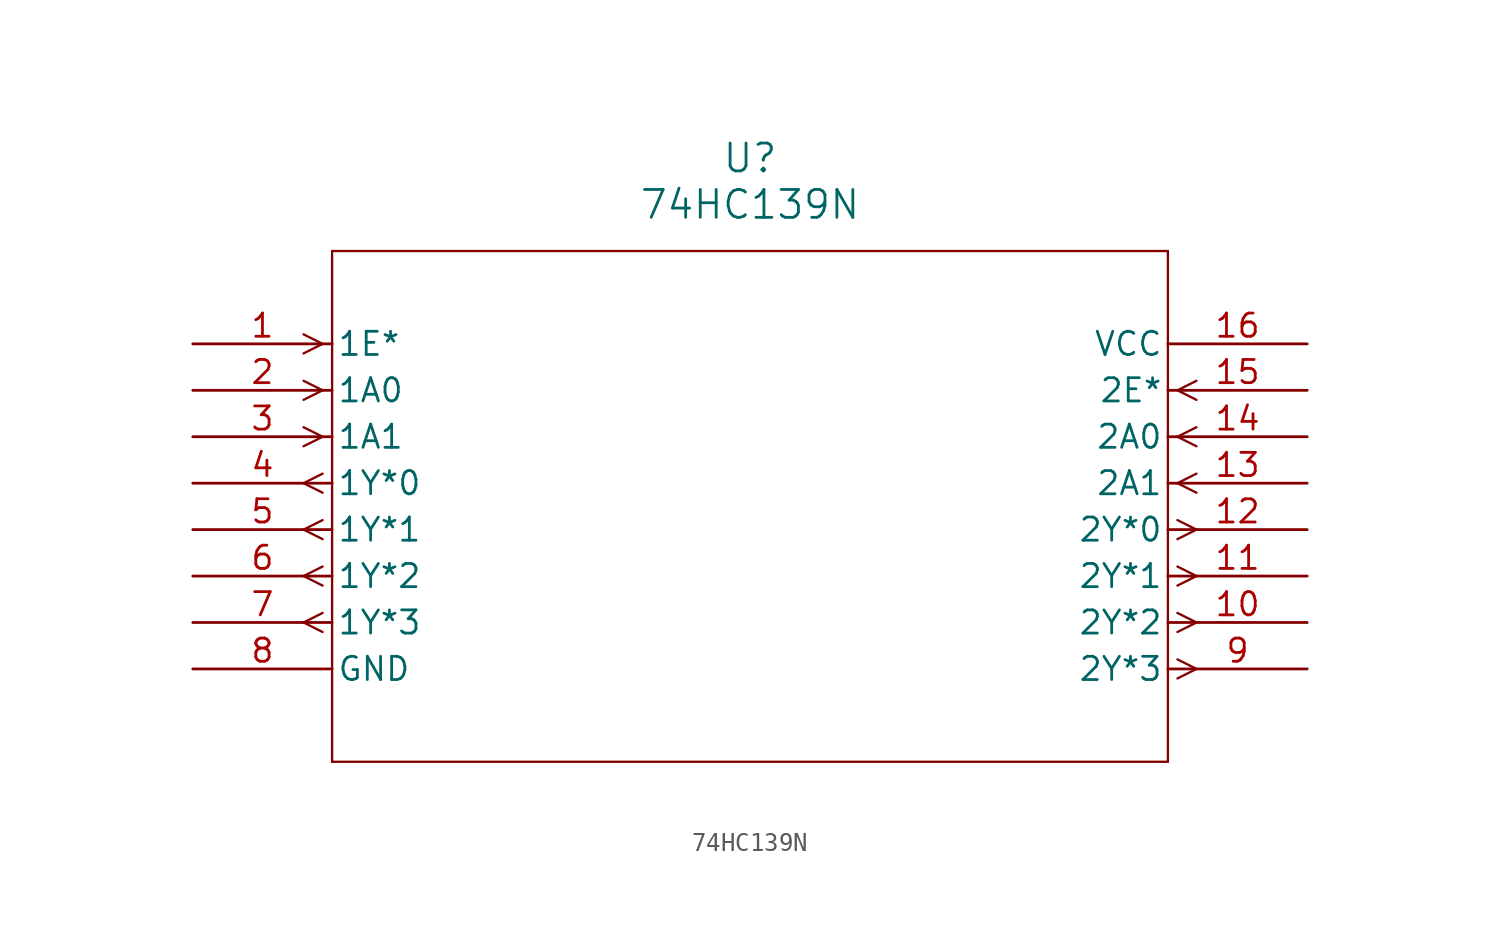
<source format=kicad_sym>
(kicad_symbol_lib
  (version 20211014)
  (generator kicad_symbol_editor)
  (symbol "74HC139N"
    (pin_names
      (offset 0.254))
    (property "Reference" "U"
      (at 30.48 10.16 0)
      (effects (font (size 1.524 1.524))))
    (property "Value" "74HC139N"
      (at 30.48 7.62 0)
      (effects (font (size 1.524 1.524))))
    (symbol "74HC139N_0_1"
      (polyline (pts (xy 7.099 0) (xy 6.058 0.521)) (stroke (width 0.127) (type default) (color 0 0 0 0)) (fill (type none)))
      (polyline (pts (xy 7.099 0) (xy 6.058 -0.521)) (stroke (width 0.127) (type default) (color 0 0 0 0)) (fill (type none)))
      (polyline (pts (xy 7.099 -2.54) (xy 6.058 -2.019)) (stroke (width 0.127) (type default) (color 0 0 0 0)) (fill (type none)))
      (polyline (pts (xy 7.099 -2.54) (xy 6.058 -3.061)) (stroke (width 0.127) (type default) (color 0 0 0 0)) (fill (type none)))
      (polyline (pts (xy 7.099 -5.08) (xy 6.058 -4.559)) (stroke (width 0.127) (type default) (color 0 0 0 0)) (fill (type none)))
      (polyline (pts (xy 7.099 -5.08) (xy 6.058 -5.601)) (stroke (width 0.127) (type default) (color 0 0 0 0)) (fill (type none)))
      (polyline (pts (xy 7.099 -7.099) (xy 6.058 -7.62)) (stroke (width 0.127) (type default) (color 0 0 0 0)) (fill (type none)))
      (polyline (pts (xy 7.099 -8.141) (xy 6.058 -7.62)) (stroke (width 0.127) (type default) (color 0 0 0 0)) (fill (type none)))
      (polyline (pts (xy 7.099 -9.639) (xy 6.058 -10.16)) (stroke (width 0.127) (type default) (color 0 0 0 0)) (fill (type none)))
      (polyline (pts (xy 7.099 -10.681) (xy 6.058 -10.16)) (stroke (width 0.127) (type default) (color 0 0 0 0)) (fill (type none)))
      (polyline (pts (xy 7.099 -12.179) (xy 6.058 -12.7)) (stroke (width 0.127) (type default) (color 0 0 0 0)) (fill (type none)))
      (polyline (pts (xy 7.099 -13.221) (xy 6.058 -12.7)) (stroke (width 0.127) (type default) (color 0 0 0 0)) (fill (type none)))
      (polyline (pts (xy 7.099 -14.719) (xy 6.058 -15.24)) (stroke (width 0.127) (type default) (color 0 0 0 0)) (fill (type none)))
      (polyline (pts (xy 7.099 -15.761) (xy 6.058 -15.24)) (stroke (width 0.127) (type default) (color 0 0 0 0)) (fill (type none)))
      (polyline (pts (xy 53.861 -17.259) (xy 54.902 -17.78)) (stroke (width 0.127) (type default) (color 0 0 0 0)) (fill (type none)))
      (polyline (pts (xy 53.861 -18.301) (xy 54.902 -17.78)) (stroke (width 0.127) (type default) (color 0 0 0 0)) (fill (type none)))
      (polyline (pts (xy 53.861 -14.719) (xy 54.902 -15.24)) (stroke (width 0.127) (type default) (color 0 0 0 0)) (fill (type none)))
      (polyline (pts (xy 53.861 -15.761) (xy 54.902 -15.24)) (stroke (width 0.127) (type default) (color 0 0 0 0)) (fill (type none)))
      (polyline (pts (xy 53.861 -12.179) (xy 54.902 -12.7)) (stroke (width 0.127) (type default) (color 0 0 0 0)) (fill (type none)))
      (polyline (pts (xy 53.861 -13.221) (xy 54.902 -12.7)) (stroke (width 0.127) (type default) (color 0 0 0 0)) (fill (type none)))
      (polyline (pts (xy 53.861 -9.639) (xy 54.902 -10.16)) (stroke (width 0.127) (type default) (color 0 0 0 0)) (fill (type none)))
      (polyline (pts (xy 53.861 -10.681) (xy 54.902 -10.16)) (stroke (width 0.127) (type default) (color 0 0 0 0)) (fill (type none)))
      (polyline (pts (xy 53.861 -7.62) (xy 54.902 -7.099)) (stroke (width 0.127) (type default) (color 0 0 0 0)) (fill (type none)))
      (polyline (pts (xy 53.861 -7.62) (xy 54.902 -8.141)) (stroke (width 0.127) (type default) (color 0 0 0 0)) (fill (type none)))
      (polyline (pts (xy 53.861 -5.08) (xy 54.902 -4.559)) (stroke (width 0.127) (type default) (color 0 0 0 0)) (fill (type none)))
      (polyline (pts (xy 53.861 -5.08) (xy 54.902 -5.601)) (stroke (width 0.127) (type default) (color 0 0 0 0)) (fill (type none)))
      (polyline (pts (xy 53.861 -2.54) (xy 54.902 -2.019)) (stroke (width 0.127) (type default) (color 0 0 0 0)) (fill (type none)))
      (polyline (pts (xy 53.861 -2.54) (xy 54.902 -3.061)) (stroke (width 0.127) (type default) (color 0 0 0 0)) (fill (type none)))
      (polyline (pts (xy 7.62 5.08) (xy 7.62 -22.86)) (stroke (width 0.127) (type default) (color 0 0 0 0)) (fill (type none)))
      (polyline (pts (xy 7.62 -22.86) (xy 53.34 -22.86)) (stroke (width 0.127) (type default) (color 0 0 0 0)) (fill (type none)))
      (polyline (pts (xy 53.34 -22.86) (xy 53.34 5.08)) (stroke (width 0.127) (type default) (color 0 0 0 0)) (fill (type none)))
      (polyline (pts (xy 53.34 5.08) (xy 7.62 5.08)) (stroke (width 0.127) (type default) (color 0 0 0 0)) (fill (type none)))
      (pin input line (at 0 0 0) (length 7.62) (name "1E*" (effects (font (size 1.27 1.27)))) (number "1" (effects (font (size 1.27 1.27)))))
      (pin input line (at 0 -2.54 0) (length 7.62) (name "1A0" (effects (font (size 1.27 1.27)))) (number "2" (effects (font (size 1.27 1.27)))))
      (pin input line (at 0 -5.08 0) (length 7.62) (name "1A1" (effects (font (size 1.27 1.27)))) (number "3" (effects (font (size 1.27 1.27)))))
      (pin output line (at 0 -7.62 0) (length 7.62) (name "1Y*0" (effects (font (size 1.27 1.27)))) (number "4" (effects (font (size 1.27 1.27)))))
      (pin output line (at 0 -10.16 0) (length 7.62) (name "1Y*1" (effects (font (size 1.27 1.27)))) (number "5" (effects (font (size 1.27 1.27)))))
      (pin output line (at 0 -12.7 0) (length 7.62) (name "1Y*2" (effects (font (size 1.27 1.27)))) (number "6" (effects (font (size 1.27 1.27)))))
      (pin output line (at 0 -15.24 0) (length 7.62) (name "1Y*3" (effects (font (size 1.27 1.27)))) (number "7" (effects (font (size 1.27 1.27)))))
      (pin power_in line (at 0 -17.78 0) (length 7.62) (name "GND" (effects (font (size 1.27 1.27)))) (number "8" (effects (font (size 1.27 1.27)))))
      (pin output line (at 60.96 -17.78 180) (length 7.62) (name "2Y*3" (effects (font (size 1.27 1.27)))) (number "9" (effects (font (size 1.27 1.27)))))
      (pin output line (at 60.96 -15.24 180) (length 7.62) (name "2Y*2" (effects (font (size 1.27 1.27)))) (number "10" (effects (font (size 1.27 1.27)))))
      (pin output line (at 60.96 -12.7 180) (length 7.62) (name "2Y*1" (effects (font (size 1.27 1.27)))) (number "11" (effects (font (size 1.27 1.27)))))
      (pin output line (at 60.96 -10.16 180) (length 7.62) (name "2Y*0" (effects (font (size 1.27 1.27)))) (number "12" (effects (font (size 1.27 1.27)))))
      (pin input line (at 60.96 -7.62 180) (length 7.62) (name "2A1" (effects (font (size 1.27 1.27)))) (number "13" (effects (font (size 1.27 1.27)))))
      (pin input line (at 60.96 -5.08 180) (length 7.62) (name "2A0" (effects (font (size 1.27 1.27)))) (number "14" (effects (font (size 1.27 1.27)))))
      (pin input line (at 60.96 -2.54 180) (length 7.62) (name "2E*" (effects (font (size 1.27 1.27)))) (number "15" (effects (font (size 1.27 1.27)))))
      (pin power_in line (at 60.96 0 180) (length 7.62) (name "VCC" (effects (font (size 1.27 1.27)))) (number "16" (effects (font (size 1.27 1.27))))))))
</source>
